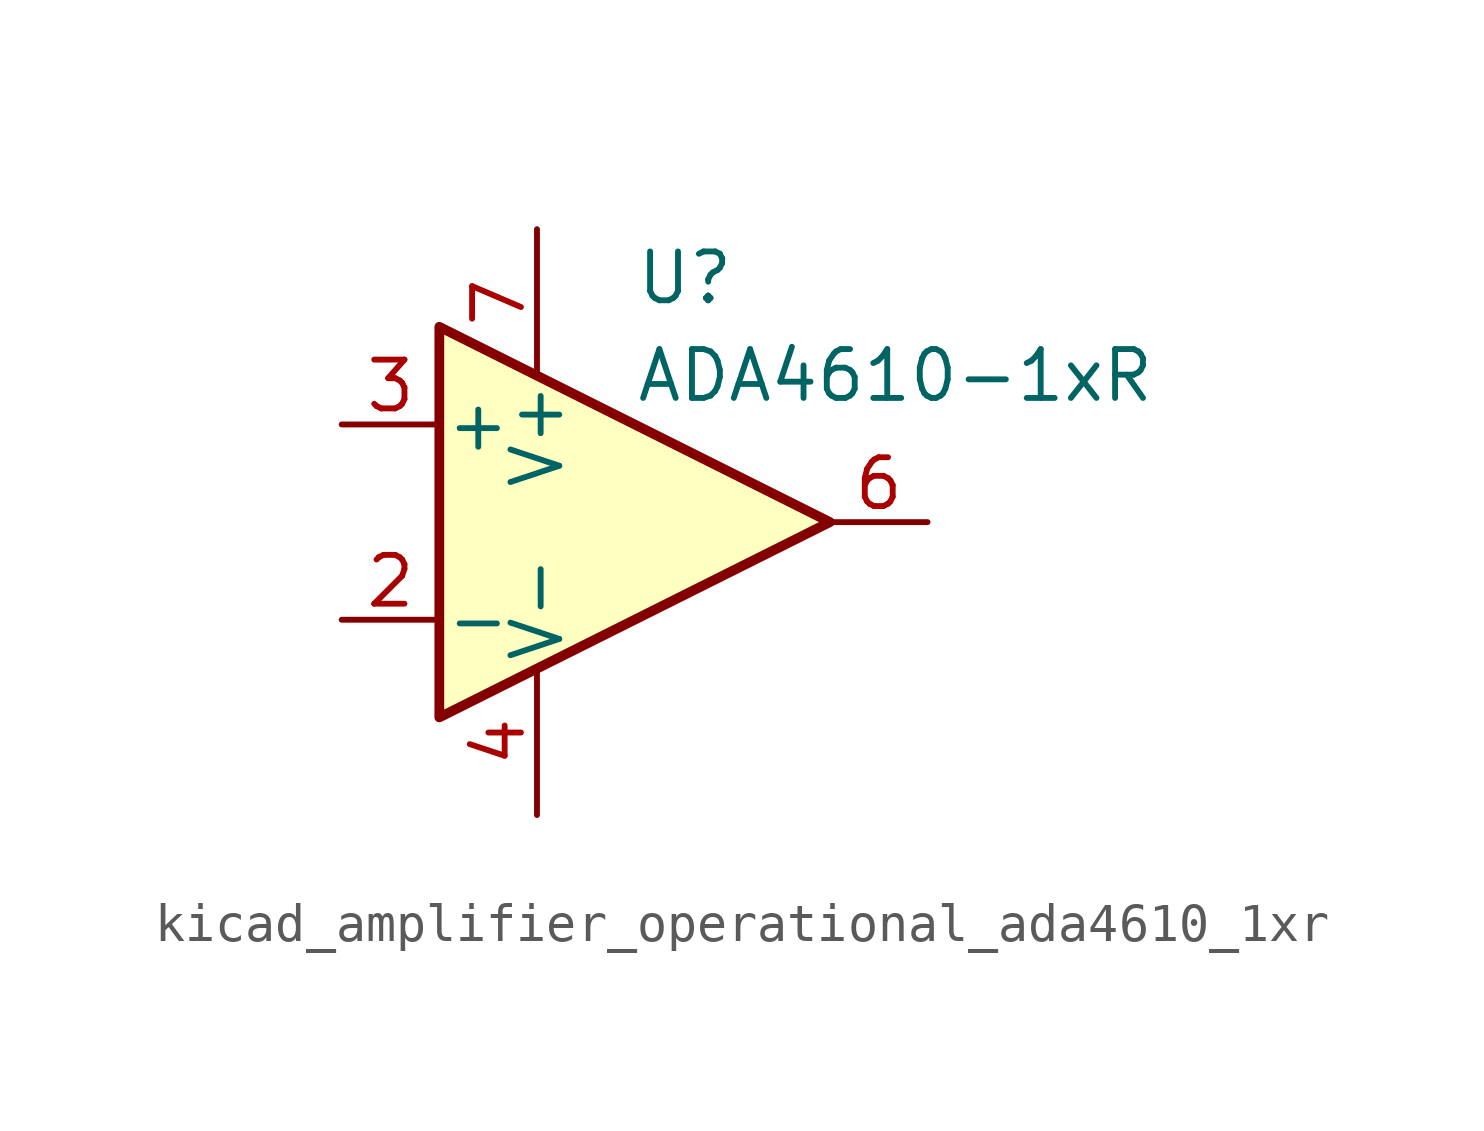
<source format=kicad_sym>
(kicad_symbol_lib
  (version 20220914)
  (generator kicad_symbol_editor)
  (symbol "kicad_amplifier_operational_ada4610_1xr"
    (pin_names
      (offset 0.127))
    (property "Reference" "U"
      (at 0 6.35 0)
      (effects (font (size 1.27 1.27)) (justify left)))
    (property "Value" "ADA4610-1xR"
      (at 0 3.81 0)
      (effects (font (size 1.27 1.27)) (justify left)))
    (symbol "kicad_amplifier_operational_ada4610_1xr_0_1"
      (polyline (pts (xy -5.08 5.08) (xy 5.08 0) (xy -5.08 -5.08) (xy -5.08 5.08)) (stroke (width 0.254) (type default)) (fill (type background))))
    (symbol "kicad_amplifier_operational_ada4610_1xr_1_1"
      (pin no_connect line (at -2.54 2.54 270) (length 2.54) hide (name "NC" (effects (font (size 1.27 1.27)))) (number "1" (effects (font (size 1.27 1.27)))))
      (pin input line (at -7.62 -2.54 0) (length 2.54) (name "-" (effects (font (size 1.27 1.27)))) (number "2" (effects (font (size 1.27 1.27)))))
      (pin input line (at -7.62 2.54 0) (length 2.54) (name "+" (effects (font (size 1.27 1.27)))) (number "3" (effects (font (size 1.27 1.27)))))
      (pin power_in line (at -2.54 -7.62 90) (length 3.81) (name "V-" (effects (font (size 1.27 1.27)))) (number "4" (effects (font (size 1.27 1.27)))))
      (pin no_connect line (at 0 2.54 270) (length 2.54) hide (name "NC" (effects (font (size 1.27 1.27)))) (number "5" (effects (font (size 1.27 1.27)))))
      (pin output line (at 7.62 0 180) (length 2.54) (name "~" (effects (font (size 1.27 1.27)))) (number "6" (effects (font (size 1.27 1.27)))))
      (pin power_in line (at -2.54 7.62 270) (length 3.81) (name "V+" (effects (font (size 1.27 1.27)))) (number "7" (effects (font (size 1.27 1.27)))))
      (pin no_connect line (at 0 -2.54 90) (length 2.54) hide (name "NC" (effects (font (size 1.27 1.27)))) (number "8" (effects (font (size 1.27 1.27))))))))
</source>
